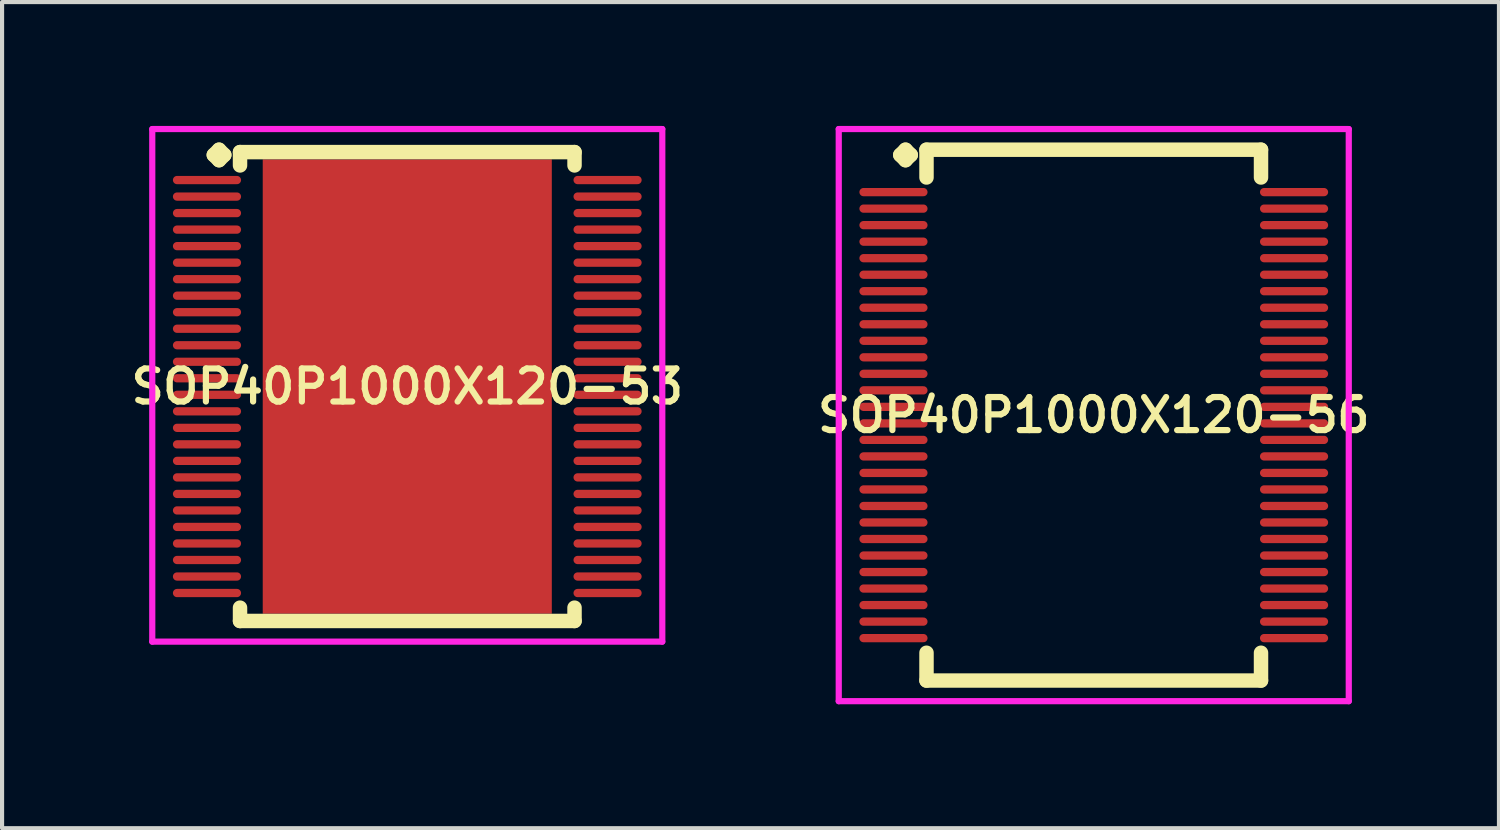
<source format=kicad_pcb>
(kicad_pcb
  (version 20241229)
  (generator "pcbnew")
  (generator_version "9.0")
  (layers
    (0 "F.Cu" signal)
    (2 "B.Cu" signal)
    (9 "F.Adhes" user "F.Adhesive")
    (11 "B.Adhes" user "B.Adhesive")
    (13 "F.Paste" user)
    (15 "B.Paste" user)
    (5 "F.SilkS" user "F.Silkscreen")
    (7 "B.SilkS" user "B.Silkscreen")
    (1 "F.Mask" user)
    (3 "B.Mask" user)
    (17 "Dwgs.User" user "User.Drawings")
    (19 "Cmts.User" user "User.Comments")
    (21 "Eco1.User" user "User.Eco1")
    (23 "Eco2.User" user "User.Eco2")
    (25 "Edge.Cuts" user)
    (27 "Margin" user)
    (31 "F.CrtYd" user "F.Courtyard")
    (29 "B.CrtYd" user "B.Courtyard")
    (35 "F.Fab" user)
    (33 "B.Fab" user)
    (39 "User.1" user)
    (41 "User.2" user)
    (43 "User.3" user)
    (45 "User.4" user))
  (footprint "SOP40P1000X120-53"
    (layer "F.Cu")
    (at 6.812 6.31)
    (property "Reference" "SOP40P1000X120-53" (at 0 0 0) (layer "F.SilkS") (effects (font (size 0.8 0.8) (thickness 0.15))))
    (attr smd)
    (fp_line (start -4.685 -5.608) (end -4.558 -5.735) (stroke (width 0.35) (type solid)) (layer "F.SilkS"))
    (fp_line (start -4.558 -5.735) (end -4.431 -5.608) (stroke (width 0.35) (type solid)) (layer "F.SilkS"))
    (fp_line (start -4.558 -5.481) (end -4.685 -5.608) (stroke (width 0.35) (type solid)) (layer "F.SilkS"))
    (fp_line (start -4.431 -5.608) (end -4.558 -5.481) (stroke (width 0.35) (type solid)) (layer "F.SilkS"))
    (fp_line (start -4.05 -5.677) (end 4.05 -5.677) (stroke (width 0.35) (type solid)) (layer "F.SilkS"))
    (fp_line (start -4.05 -5.354) (end -4.05 -5.677) (stroke (width 0.35) (type solid)) (layer "F.SilkS"))
    (fp_line (start -4.05 5.354) (end -4.05 5.677) (stroke (width 0.35) (type solid)) (layer "F.SilkS"))
    (fp_line (start -4.05 5.677) (end 4.05 5.677) (stroke (width 0.35) (type solid)) (layer "F.SilkS"))
    (fp_line (start 4.05 -5.677) (end 4.05 -5.354) (stroke (width 0.35) (type solid)) (layer "F.SilkS"))
    (fp_line (start 4.05 5.677) (end 4.05 5.354) (stroke (width 0.35) (type solid)) (layer "F.SilkS"))
    (fp_line (start -6.175 -6.235) (end 6.175 -6.235) (stroke (width 0.15) (type solid)) (layer "F.CrtYd"))
    (fp_line (start -6.175 6.177) (end -6.175 -6.235) (stroke (width 0.15) (type solid)) (layer "F.CrtYd"))
    (fp_line (start 6.175 -6.235) (end 6.175 6.177) (stroke (width 0.15) (type solid)) (layer "F.CrtYd"))
    (fp_line (start 6.175 6.177) (end -6.175 6.177) (stroke (width 0.15) (type solid)) (layer "F.CrtYd"))
    (pad "1" smd oval (at -4.85 -5) (size 1.65 0.2) (layers "F.Cu" "F.Mask" "F.Paste"))
    (pad "2" smd oval (at -4.85 -4.6) (size 1.65 0.2) (layers "F.Cu" "F.Mask" "F.Paste"))
    (pad "3" smd oval (at -4.85 -4.2) (size 1.65 0.2) (layers "F.Cu" "F.Mask" "F.Paste"))
    (pad "4" smd oval (at -4.85 -3.8) (size 1.65 0.2) (layers "F.Cu" "F.Mask" "F.Paste"))
    (pad "5" smd oval (at -4.85 -3.4) (size 1.65 0.2) (layers "F.Cu" "F.Mask" "F.Paste"))
    (pad "6" smd oval (at -4.85 -3) (size 1.65 0.2) (layers "F.Cu" "F.Mask" "F.Paste"))
    (pad "7" smd oval (at -4.85 -2.6) (size 1.65 0.2) (layers "F.Cu" "F.Mask" "F.Paste"))
    (pad "8" smd oval (at -4.85 -2.2) (size 1.65 0.2) (layers "F.Cu" "F.Mask" "F.Paste"))
    (pad "9" smd oval (at -4.85 -1.8) (size 1.65 0.2) (layers "F.Cu" "F.Mask" "F.Paste"))
    (pad "10" smd oval (at -4.85 -1.4) (size 1.65 0.2) (layers "F.Cu" "F.Mask" "F.Paste"))
    (pad "11" smd oval (at -4.85 -1) (size 1.65 0.2) (layers "F.Cu" "F.Mask" "F.Paste"))
    (pad "12" smd oval (at -4.85 -0.6) (size 1.65 0.2) (layers "F.Cu" "F.Mask" "F.Paste"))
    (pad "13" smd oval (at -4.85 -0.2) (size 1.65 0.2) (layers "F.Cu" "F.Mask" "F.Paste"))
    (pad "14" smd oval (at -4.85 0.2) (size 1.65 0.2) (layers "F.Cu" "F.Mask" "F.Paste"))
    (pad "15" smd oval (at -4.85 0.6) (size 1.65 0.2) (layers "F.Cu" "F.Mask" "F.Paste"))
    (pad "16" smd oval (at -4.85 1) (size 1.65 0.2) (layers "F.Cu" "F.Mask" "F.Paste"))
    (pad "17" smd oval (at -4.85 1.4) (size 1.65 0.2) (layers "F.Cu" "F.Mask" "F.Paste"))
    (pad "18" smd oval (at -4.85 1.8) (size 1.65 0.2) (layers "F.Cu" "F.Mask" "F.Paste"))
    (pad "19" smd oval (at -4.85 2.2) (size 1.65 0.2) (layers "F.Cu" "F.Mask" "F.Paste"))
    (pad "20" smd oval (at -4.85 2.6) (size 1.65 0.2) (layers "F.Cu" "F.Mask" "F.Paste"))
    (pad "21" smd oval (at -4.85 3) (size 1.65 0.2) (layers "F.Cu" "F.Mask" "F.Paste"))
    (pad "22" smd oval (at -4.85 3.4) (size 1.65 0.2) (layers "F.Cu" "F.Mask" "F.Paste"))
    (pad "23" smd oval (at -4.85 3.8) (size 1.65 0.2) (layers "F.Cu" "F.Mask" "F.Paste"))
    (pad "24" smd oval (at -4.85 4.2) (size 1.65 0.2) (layers "F.Cu" "F.Mask" "F.Paste"))
    (pad "25" smd oval (at -4.85 4.6) (size 1.65 0.2) (layers "F.Cu" "F.Mask" "F.Paste"))
    (pad "26" smd oval (at -4.85 5) (size 1.65 0.2) (layers "F.Cu" "F.Mask" "F.Paste"))
    (pad "27" smd oval (at 4.85 5) (size 1.65 0.2) (layers "F.Cu" "F.Mask" "F.Paste"))
    (pad "28" smd oval (at 4.85 4.6) (size 1.65 0.2) (layers "F.Cu" "F.Mask" "F.Paste"))
    (pad "29" smd oval (at 4.85 4.2) (size 1.65 0.2) (layers "F.Cu" "F.Mask" "F.Paste"))
    (pad "30" smd oval (at 4.85 3.8) (size 1.65 0.2) (layers "F.Cu" "F.Mask" "F.Paste"))
    (pad "31" smd oval (at 4.85 3.4) (size 1.65 0.2) (layers "F.Cu" "F.Mask" "F.Paste"))
    (pad "32" smd oval (at 4.85 3) (size 1.65 0.2) (layers "F.Cu" "F.Mask" "F.Paste"))
    (pad "33" smd oval (at 4.85 2.6) (size 1.65 0.2) (layers "F.Cu" "F.Mask" "F.Paste"))
    (pad "34" smd oval (at 4.85 2.2) (size 1.65 0.2) (layers "F.Cu" "F.Mask" "F.Paste"))
    (pad "35" smd oval (at 4.85 1.8) (size 1.65 0.2) (layers "F.Cu" "F.Mask" "F.Paste"))
    (pad "36" smd oval (at 4.85 1.4) (size 1.65 0.2) (layers "F.Cu" "F.Mask" "F.Paste"))
    (pad "37" smd oval (at 4.85 1) (size 1.65 0.2) (layers "F.Cu" "F.Mask" "F.Paste"))
    (pad "38" smd oval (at 4.85 0.6) (size 1.65 0.2) (layers "F.Cu" "F.Mask" "F.Paste"))
    (pad "39" smd oval (at 4.85 0.2) (size 1.65 0.2) (layers "F.Cu" "F.Mask" "F.Paste"))
    (pad "40" smd oval (at 4.85 -0.2) (size 1.65 0.2) (layers "F.Cu" "F.Mask" "F.Paste"))
    (pad "41" smd oval (at 4.85 -0.6) (size 1.65 0.2) (layers "F.Cu" "F.Mask" "F.Paste"))
    (pad "42" smd oval (at 4.85 -1) (size 1.65 0.2) (layers "F.Cu" "F.Mask" "F.Paste"))
    (pad "43" smd oval (at 4.85 -1.4) (size 1.65 0.2) (layers "F.Cu" "F.Mask" "F.Paste"))
    (pad "44" smd oval (at 4.85 -1.8) (size 1.65 0.2) (layers "F.Cu" "F.Mask" "F.Paste"))
    (pad "45" smd oval (at 4.85 -2.2) (size 1.65 0.2) (layers "F.Cu" "F.Mask" "F.Paste"))
    (pad "46" smd oval (at 4.85 -2.6) (size 1.65 0.2) (layers "F.Cu" "F.Mask" "F.Paste"))
    (pad "47" smd oval (at 4.85 -3) (size 1.65 0.2) (layers "F.Cu" "F.Mask" "F.Paste"))
    (pad "48" smd oval (at 4.85 -3.4) (size 1.65 0.2) (layers "F.Cu" "F.Mask" "F.Paste"))
    (pad "49" smd oval (at 4.85 -3.8) (size 1.65 0.2) (layers "F.Cu" "F.Mask" "F.Paste"))
    (pad "50" smd oval (at 4.85 -4.2) (size 1.65 0.2) (layers "F.Cu" "F.Mask" "F.Paste"))
    (pad "51" smd oval (at 4.85 -4.6) (size 1.65 0.2) (layers "F.Cu" "F.Mask" "F.Paste"))
    (pad "52" smd oval (at 4.85 -5) (size 1.65 0.2) (layers "F.Cu" "F.Mask" "F.Paste"))
    (pad "53" smd rect (at 0 0) (size 7 11) (layers "F.Cu" "F.Mask" "F.Paste")))
  (footprint "SOP40P1000X120-56"
    (layer "F.Cu")
    (at 23.435 7.002)
    (property "Reference" "SOP40P1000X120-56" (at 0 0 0) (layer "F.SilkS") (effects (font (size 0.8 0.8) (thickness 0.15))))
    (attr smd)
    (fp_line (start -4.685 -6.3) (end -4.558 -6.427) (stroke (width 0.35) (type solid)) (layer "F.SilkS"))
    (fp_line (start -4.558 -6.427) (end -4.431 -6.3) (stroke (width 0.35) (type solid)) (layer "F.SilkS"))
    (fp_line (start -4.558 -6.173) (end -4.685 -6.3) (stroke (width 0.35) (type solid)) (layer "F.SilkS"))
    (fp_line (start -4.431 -6.3) (end -4.558 -6.173) (stroke (width 0.35) (type solid)) (layer "F.SilkS"))
    (fp_line (start -4.05 -6.427) (end 4.05 -6.427) (stroke (width 0.35) (type solid)) (layer "F.SilkS"))
    (fp_line (start -4.05 -5.754) (end -4.05 -6.427) (stroke (width 0.35) (type solid)) (layer "F.SilkS"))
    (fp_line (start -4.05 5.754) (end -4.05 6.427) (stroke (width 0.35) (type solid)) (layer "F.SilkS"))
    (fp_line (start -4.05 6.427) (end 4.05 6.427) (stroke (width 0.35) (type solid)) (layer "F.SilkS"))
    (fp_line (start 4.05 -6.427) (end 4.05 -5.754) (stroke (width 0.35) (type solid)) (layer "F.SilkS"))
    (fp_line (start 4.05 6.427) (end 4.05 5.754) (stroke (width 0.35) (type solid)) (layer "F.SilkS"))
    (fp_line (start -6.175 -6.927) (end 6.175 -6.927) (stroke (width 0.15) (type solid)) (layer "F.CrtYd"))
    (fp_line (start -6.175 6.927) (end -6.175 -6.927) (stroke (width 0.15) (type solid)) (layer "F.CrtYd"))
    (fp_line (start 6.175 -6.927) (end 6.175 6.927) (stroke (width 0.15) (type solid)) (layer "F.CrtYd"))
    (fp_line (start 6.175 6.927) (end -6.175 6.927) (stroke (width 0.15) (type solid)) (layer "F.CrtYd"))
    (pad "1" smd oval (at -4.85 -5.4) (size 1.65 0.2) (layers "F.Cu" "F.Mask" "F.Paste"))
    (pad "2" smd oval (at -4.85 -5) (size 1.65 0.2) (layers "F.Cu" "F.Mask" "F.Paste"))
    (pad "3" smd oval (at -4.85 -4.6) (size 1.65 0.2) (layers "F.Cu" "F.Mask" "F.Paste"))
    (pad "4" smd oval (at -4.85 -4.2) (size 1.65 0.2) (layers "F.Cu" "F.Mask" "F.Paste"))
    (pad "5" smd oval (at -4.85 -3.8) (size 1.65 0.2) (layers "F.Cu" "F.Mask" "F.Paste"))
    (pad "6" smd oval (at -4.85 -3.4) (size 1.65 0.2) (layers "F.Cu" "F.Mask" "F.Paste"))
    (pad "7" smd oval (at -4.85 -3) (size 1.65 0.2) (layers "F.Cu" "F.Mask" "F.Paste"))
    (pad "8" smd oval (at -4.85 -2.6) (size 1.65 0.2) (layers "F.Cu" "F.Mask" "F.Paste"))
    (pad "9" smd oval (at -4.85 -2.2) (size 1.65 0.2) (layers "F.Cu" "F.Mask" "F.Paste"))
    (pad "10" smd oval (at -4.85 -1.8) (size 1.65 0.2) (layers "F.Cu" "F.Mask" "F.Paste"))
    (pad "11" smd oval (at -4.85 -1.4) (size 1.65 0.2) (layers "F.Cu" "F.Mask" "F.Paste"))
    (pad "12" smd oval (at -4.85 -1) (size 1.65 0.2) (layers "F.Cu" "F.Mask" "F.Paste"))
    (pad "13" smd oval (at -4.85 -0.6) (size 1.65 0.2) (layers "F.Cu" "F.Mask" "F.Paste"))
    (pad "14" smd oval (at -4.85 -0.2) (size 1.65 0.2) (layers "F.Cu" "F.Mask" "F.Paste"))
    (pad "15" smd oval (at -4.85 0.2) (size 1.65 0.2) (layers "F.Cu" "F.Mask" "F.Paste"))
    (pad "16" smd oval (at -4.85 0.6) (size 1.65 0.2) (layers "F.Cu" "F.Mask" "F.Paste"))
    (pad "17" smd oval (at -4.85 1) (size 1.65 0.2) (layers "F.Cu" "F.Mask" "F.Paste"))
    (pad "18" smd oval (at -4.85 1.4) (size 1.65 0.2) (layers "F.Cu" "F.Mask" "F.Paste"))
    (pad "19" smd oval (at -4.85 1.8) (size 1.65 0.2) (layers "F.Cu" "F.Mask" "F.Paste"))
    (pad "20" smd oval (at -4.85 2.2) (size 1.65 0.2) (layers "F.Cu" "F.Mask" "F.Paste"))
    (pad "21" smd oval (at -4.85 2.6) (size 1.65 0.2) (layers "F.Cu" "F.Mask" "F.Paste"))
    (pad "22" smd oval (at -4.85 3) (size 1.65 0.2) (layers "F.Cu" "F.Mask" "F.Paste"))
    (pad "23" smd oval (at -4.85 3.4) (size 1.65 0.2) (layers "F.Cu" "F.Mask" "F.Paste"))
    (pad "24" smd oval (at -4.85 3.8) (size 1.65 0.2) (layers "F.Cu" "F.Mask" "F.Paste"))
    (pad "25" smd oval (at -4.85 4.2) (size 1.65 0.2) (layers "F.Cu" "F.Mask" "F.Paste"))
    (pad "26" smd oval (at -4.85 4.6) (size 1.65 0.2) (layers "F.Cu" "F.Mask" "F.Paste"))
    (pad "27" smd oval (at -4.85 5) (size 1.65 0.2) (layers "F.Cu" "F.Mask" "F.Paste"))
    (pad "28" smd oval (at -4.85 5.4) (size 1.65 0.2) (layers "F.Cu" "F.Mask" "F.Paste"))
    (pad "29" smd oval (at 4.85 5.4) (size 1.65 0.2) (layers "F.Cu" "F.Mask" "F.Paste"))
    (pad "30" smd oval (at 4.85 5) (size 1.65 0.2) (layers "F.Cu" "F.Mask" "F.Paste"))
    (pad "31" smd oval (at 4.85 4.6) (size 1.65 0.2) (layers "F.Cu" "F.Mask" "F.Paste"))
    (pad "32" smd oval (at 4.85 4.2) (size 1.65 0.2) (layers "F.Cu" "F.Mask" "F.Paste"))
    (pad "33" smd oval (at 4.85 3.8) (size 1.65 0.2) (layers "F.Cu" "F.Mask" "F.Paste"))
    (pad "34" smd oval (at 4.85 3.4) (size 1.65 0.2) (layers "F.Cu" "F.Mask" "F.Paste"))
    (pad "35" smd oval (at 4.85 3) (size 1.65 0.2) (layers "F.Cu" "F.Mask" "F.Paste"))
    (pad "36" smd oval (at 4.85 2.6) (size 1.65 0.2) (layers "F.Cu" "F.Mask" "F.Paste"))
    (pad "37" smd oval (at 4.85 2.2) (size 1.65 0.2) (layers "F.Cu" "F.Mask" "F.Paste"))
    (pad "38" smd oval (at 4.85 1.8) (size 1.65 0.2) (layers "F.Cu" "F.Mask" "F.Paste"))
    (pad "39" smd oval (at 4.85 1.4) (size 1.65 0.2) (layers "F.Cu" "F.Mask" "F.Paste"))
    (pad "40" smd oval (at 4.85 1) (size 1.65 0.2) (layers "F.Cu" "F.Mask" "F.Paste"))
    (pad "41" smd oval (at 4.85 0.6) (size 1.65 0.2) (layers "F.Cu" "F.Mask" "F.Paste"))
    (pad "42" smd oval (at 4.85 0.2) (size 1.65 0.2) (layers "F.Cu" "F.Mask" "F.Paste"))
    (pad "43" smd oval (at 4.85 -0.2) (size 1.65 0.2) (layers "F.Cu" "F.Mask" "F.Paste"))
    (pad "44" smd oval (at 4.85 -0.6) (size 1.65 0.2) (layers "F.Cu" "F.Mask" "F.Paste"))
    (pad "45" smd oval (at 4.85 -1) (size 1.65 0.2) (layers "F.Cu" "F.Mask" "F.Paste"))
    (pad "46" smd oval (at 4.85 -1.4) (size 1.65 0.2) (layers "F.Cu" "F.Mask" "F.Paste"))
    (pad "47" smd oval (at 4.85 -1.8) (size 1.65 0.2) (layers "F.Cu" "F.Mask" "F.Paste"))
    (pad "48" smd oval (at 4.85 -2.2) (size 1.65 0.2) (layers "F.Cu" "F.Mask" "F.Paste"))
    (pad "49" smd oval (at 4.85 -2.6) (size 1.65 0.2) (layers "F.Cu" "F.Mask" "F.Paste"))
    (pad "50" smd oval (at 4.85 -3) (size 1.65 0.2) (layers "F.Cu" "F.Mask" "F.Paste"))
    (pad "51" smd oval (at 4.85 -3.4) (size 1.65 0.2) (layers "F.Cu" "F.Mask" "F.Paste"))
    (pad "52" smd oval (at 4.85 -3.8) (size 1.65 0.2) (layers "F.Cu" "F.Mask" "F.Paste"))
    (pad "53" smd oval (at 4.85 -4.2) (size 1.65 0.2) (layers "F.Cu" "F.Mask" "F.Paste"))
    (pad "54" smd oval (at 4.85 -4.6) (size 1.65 0.2) (layers "F.Cu" "F.Mask" "F.Paste"))
    (pad "55" smd oval (at 4.85 -5) (size 1.65 0.2) (layers "F.Cu" "F.Mask" "F.Paste"))
    (pad "56" smd oval (at 4.85 -5.4) (size 1.65 0.2) (layers "F.Cu" "F.Mask" "F.Paste")))
  (gr_rect
    (start -3 -3)
    (end 33.247 17.004)
    (stroke (width 0.1) (type default))
    (fill no)
    (layer "Edge.Cuts")))
</source>
